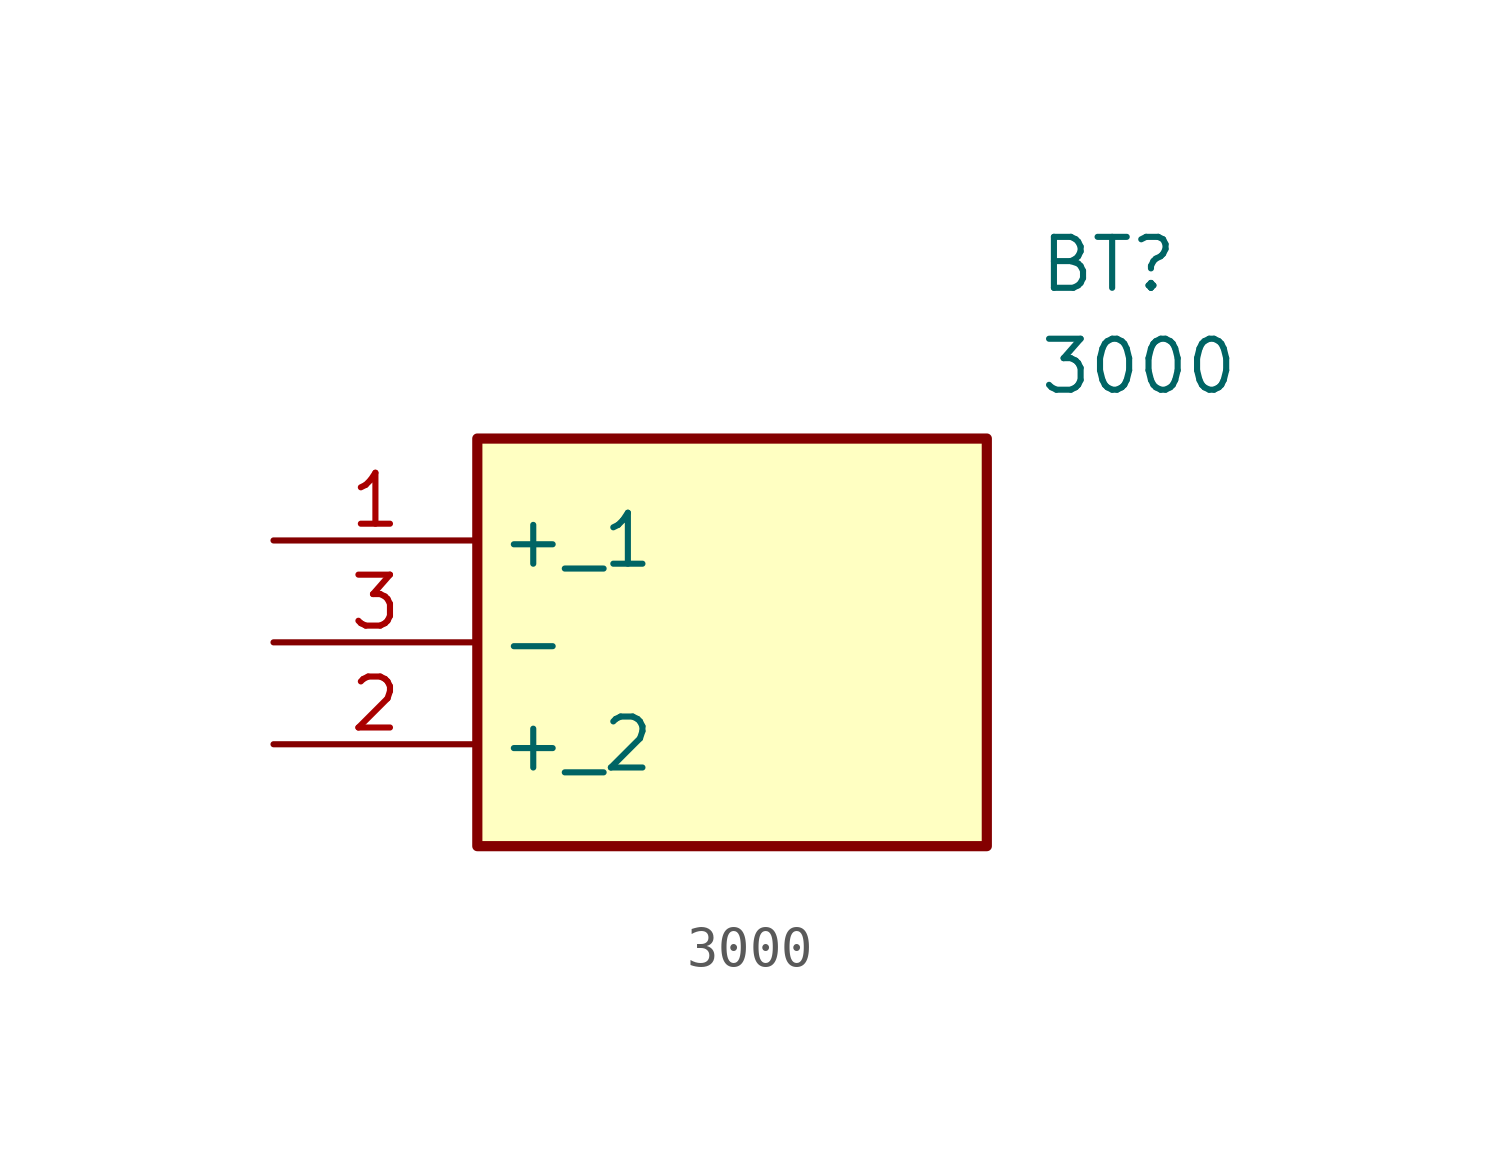
<source format=kicad_sym>
(kicad_symbol_lib
  (version 20211014)
  (generator SamacSys_ECAD_Model)
  (symbol "3000"
    (property "Reference" "BT"
      (at 19.05 7.62 0)
      (effects (font (size 1.27 1.27)) (justify left top)))
    (property "Value" "3000"
      (at 19.05 5.08 0)
      (effects (font (size 1.27 1.27)) (justify left top)))
    (rectangle
      (start 5.08 2.54)
      (end 17.78 -7.62)
      (stroke (width 0.254) (type default))
      (fill (type background)))
    (pin passive line
      (at 0 0 0)
      (length 5.08)
      (name "+_1" (effects (font (size 1.27 1.27))))
      (number "1" (effects (font (size 1.27 1.27)))))
    (pin passive line
      (at 0 -5.08 0)
      (length 5.08)
      (name "+_2" (effects (font (size 1.27 1.27))))
      (number "2" (effects (font (size 1.27 1.27)))))
    (pin passive line
      (at 0 -2.54 0)
      (length 5.08)
      (name "-" (effects (font (size 1.27 1.27))))
      (number "3" (effects (font (size 1.27 1.27)))))))
</source>
